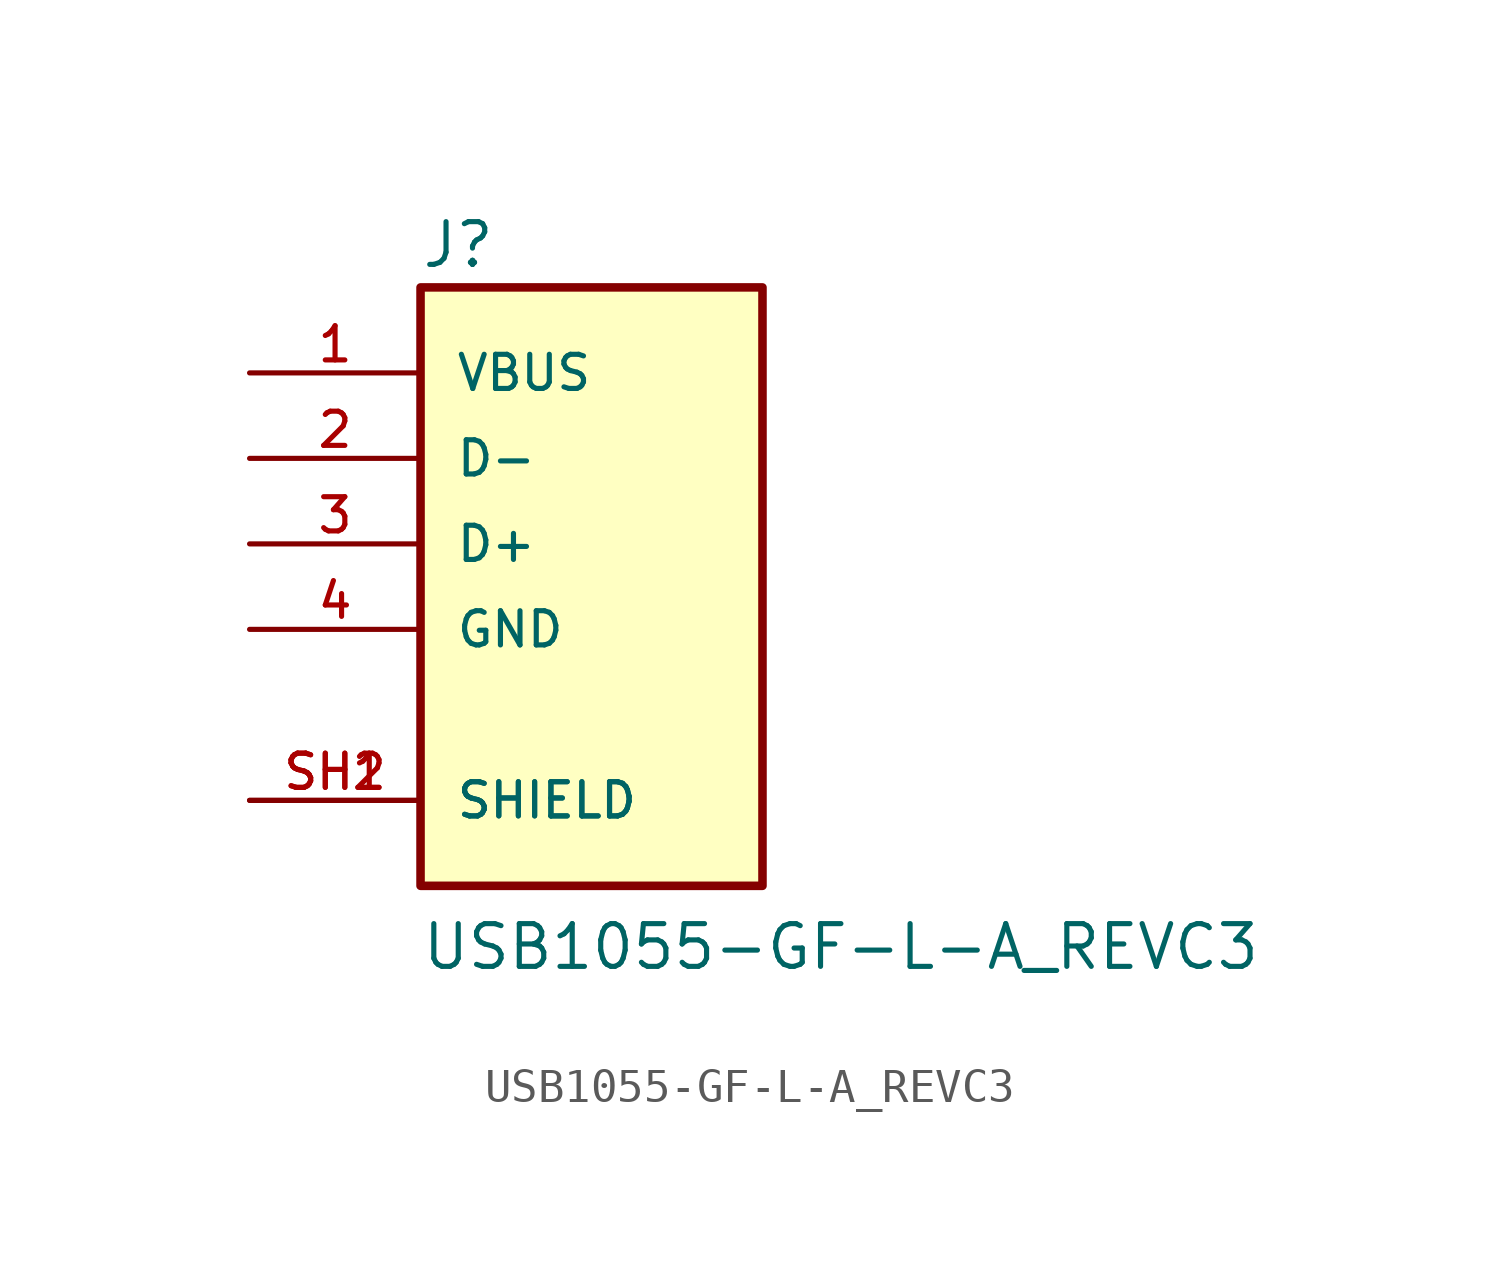
<source format=kicad_sym>
(kicad_symbol_lib
  (version 20231120)
  (generator "kicad_symbol_editor")
  (generator_version "8.0")
  (symbol "USB1055-GF-L-A_REVC3"
    (pin_names
      (offset 1.016))
    (property "Reference" "J"
      (at -5.088 8.141 0)
      (effects (font (size 1.27 1.27)) (justify left bottom)))
    (property "Value" "USB1055-GF-L-A_REVC3"
      (at -5.088 -12.716 0)
      (effects (font (size 1.27 1.27)) (justify left bottom)))
    (symbol "USB1055-GF-L-A_REVC3_0_0"
      (rectangle (start -5.08 -10.16) (end 5.08 7.62) (stroke (width 0.254) (type default)) (fill (type background)))
      (pin power_in line (at -10.16 5.08 0) (length 5.08) (name "VBUS" (effects (font (size 1.016 1.016)))) (number "1" (effects (font (size 1.016 1.016)))))
      (pin bidirectional line (at -10.16 2.54 0) (length 5.08) (name "D-" (effects (font (size 1.016 1.016)))) (number "2" (effects (font (size 1.016 1.016)))))
      (pin bidirectional line (at -10.16 0 0) (length 5.08) (name "D+" (effects (font (size 1.016 1.016)))) (number "3" (effects (font (size 1.016 1.016)))))
      (pin power_in line (at -10.16 -2.54 0) (length 5.08) (name "GND" (effects (font (size 1.016 1.016)))) (number "4" (effects (font (size 1.016 1.016)))))
      (pin power_in line (at -10.16 -7.62 0) (length 5.08) (name "SHIELD" (effects (font (size 1.016 1.016)))) (number "SH1" (effects (font (size 1.016 1.016)))))
      (pin power_in line (at -10.16 -7.62 0) (length 5.08) (name "SHIELD" (effects (font (size 1.016 1.016)))) (number "SH2" (effects (font (size 1.016 1.016))))))))
</source>
